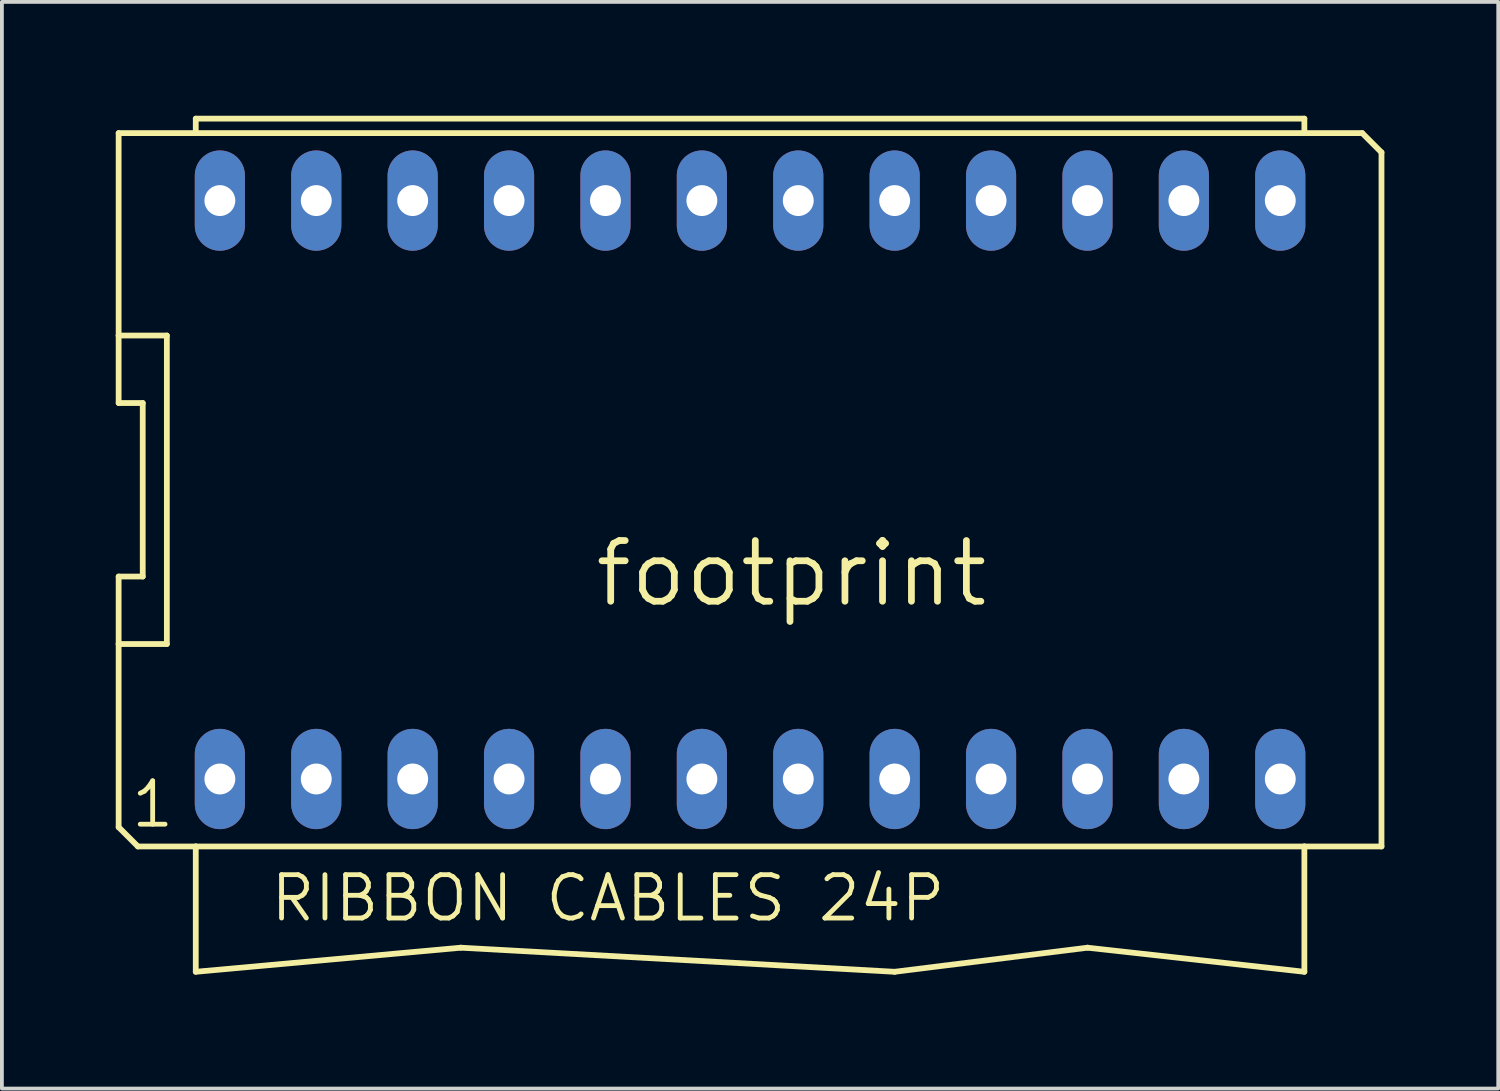
<source format=kicad_pcb>
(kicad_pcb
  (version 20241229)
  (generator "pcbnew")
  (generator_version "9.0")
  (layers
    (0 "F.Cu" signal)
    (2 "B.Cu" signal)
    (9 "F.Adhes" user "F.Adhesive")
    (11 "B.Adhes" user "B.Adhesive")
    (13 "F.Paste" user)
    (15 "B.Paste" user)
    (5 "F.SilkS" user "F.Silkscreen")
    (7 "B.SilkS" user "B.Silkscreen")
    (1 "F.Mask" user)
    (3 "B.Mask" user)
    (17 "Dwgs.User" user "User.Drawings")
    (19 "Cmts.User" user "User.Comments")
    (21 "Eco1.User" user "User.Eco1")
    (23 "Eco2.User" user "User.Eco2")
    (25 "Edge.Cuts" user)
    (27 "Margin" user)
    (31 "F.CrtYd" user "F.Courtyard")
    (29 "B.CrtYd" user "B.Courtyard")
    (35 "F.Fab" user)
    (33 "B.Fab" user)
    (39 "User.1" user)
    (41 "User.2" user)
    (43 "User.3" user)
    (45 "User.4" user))
  (footprint "footprint"
    (layer "F.Cu")
    (at 16.713 9.855)
    (property "Reference" "footprint" (at 6.35 1.27 0) (layer "F.SilkS") (effects (font (size 1.6 1.6) (thickness 0.178)) (justify right top)))
    (fp_line (start -16.637 -9.398) (end -16.637 -4.064) (stroke (width 0.152) (type solid)) (layer "F.SilkS"))
    (fp_line (start -16.637 -4.064) (end -16.637 -2.286) (stroke (width 0.152) (type solid)) (layer "F.SilkS"))
    (fp_line (start -16.637 2.286) (end -16.637 4.064) (stroke (width 0.152) (type solid)) (layer "F.SilkS"))
    (fp_line (start -16.637 2.286) (end -16.002 2.286) (stroke (width 0.152) (type solid)) (layer "F.SilkS"))
    (fp_line (start -16.637 4.064) (end -16.637 8.89) (stroke (width 0.152) (type solid)) (layer "F.SilkS"))
    (fp_line (start -16.637 4.064) (end -15.367 4.064) (stroke (width 0.152) (type solid)) (layer "F.SilkS"))
    (fp_line (start -16.637 8.89) (end -16.129 9.398) (stroke (width 0.152) (type solid)) (layer "F.SilkS"))
    (fp_line (start -16.129 9.398) (end -14.605 9.398) (stroke (width 0.152) (type solid)) (layer "F.SilkS"))
    (fp_line (start -16.002 -2.286) (end -16.637 -2.286) (stroke (width 0.152) (type solid)) (layer "F.SilkS"))
    (fp_line (start -16.002 -2.286) (end -16.002 2.286) (stroke (width 0.152) (type solid)) (layer "F.SilkS"))
    (fp_line (start -15.367 -4.064) (end -16.637 -4.064) (stroke (width 0.152) (type solid)) (layer "F.SilkS"))
    (fp_line (start -15.367 -4.064) (end -15.367 4.064) (stroke (width 0.152) (type solid)) (layer "F.SilkS"))
    (fp_line (start -14.605 -9.779) (end -14.605 -9.398) (stroke (width 0.152) (type solid)) (layer "F.SilkS"))
    (fp_line (start -14.605 -9.398) (end -16.637 -9.398) (stroke (width 0.152) (type solid)) (layer "F.SilkS"))
    (fp_line (start -14.605 9.398) (end 14.605 9.398) (stroke (width 0.152) (type solid)) (layer "F.SilkS"))
    (fp_line (start -14.605 12.7) (end -14.605 9.398) (stroke (width 0.152) (type solid)) (layer "F.SilkS"))
    (fp_line (start -7.62 12.065) (end -14.605 12.7) (stroke (width 0.152) (type solid)) (layer "F.SilkS"))
    (fp_line (start 3.81 12.7) (end -7.62 12.065) (stroke (width 0.152) (type solid)) (layer "F.SilkS"))
    (fp_line (start 8.89 12.065) (end 3.81 12.7) (stroke (width 0.152) (type solid)) (layer "F.SilkS"))
    (fp_line (start 14.605 -9.779) (end -14.605 -9.779) (stroke (width 0.152) (type solid)) (layer "F.SilkS"))
    (fp_line (start 14.605 -9.398) (end -14.605 -9.398) (stroke (width 0.152) (type solid)) (layer "F.SilkS"))
    (fp_line (start 14.605 -9.398) (end 14.605 -9.779) (stroke (width 0.152) (type solid)) (layer "F.SilkS"))
    (fp_line (start 14.605 9.398) (end 14.605 12.7) (stroke (width 0.152) (type solid)) (layer "F.SilkS"))
    (fp_line (start 14.605 9.398) (end 16.637 9.398) (stroke (width 0.152) (type solid)) (layer "F.SilkS"))
    (fp_line (start 14.605 12.7) (end 8.89 12.065) (stroke (width 0.152) (type solid)) (layer "F.SilkS"))
    (fp_line (start 16.129 -9.398) (end 14.605 -9.398) (stroke (width 0.152) (type solid)) (layer "F.SilkS"))
    (fp_line (start 16.129 -9.398) (end 16.637 -8.89) (stroke (width 0.152) (type solid)) (layer "F.SilkS"))
    (fp_line (start 16.637 -8.89) (end 16.637 9.398) (stroke (width 0.152) (type solid)) (layer "F.SilkS"))
    (fp_text user "RIBBON CABLES 24P" (at -12.7 11.43 0) (layer "F.SilkS") (effects (font (size 1.143 1.143) (thickness 0.127)) (justify left bottom)))
    (fp_text user "1" (at -15.113 7.62 0) (layer "F.SilkS") (effects (font (size 1.143 1.143) (thickness 0.127)) (justify right top)))
    (pad "1" thru_hole oval (at -13.97 7.62 90) (size 2.642 1.321) (drill 0.813) (layers "*.Cu" "*.Mask"))
    (pad "2" thru_hole oval (at -11.43 7.62 90) (size 2.642 1.321) (drill 0.813) (layers "*.Cu" "*.Mask"))
    (pad "3" thru_hole oval (at -8.89 7.62 90) (size 2.642 1.321) (drill 0.813) (layers "*.Cu" "*.Mask"))
    (pad "4" thru_hole oval (at -6.35 7.62 90) (size 2.642 1.321) (drill 0.813) (layers "*.Cu" "*.Mask"))
    (pad "5" thru_hole oval (at -3.81 7.62 90) (size 2.642 1.321) (drill 0.813) (layers "*.Cu" "*.Mask"))
    (pad "6" thru_hole oval (at -1.27 7.62 90) (size 2.642 1.321) (drill 0.813) (layers "*.Cu" "*.Mask"))
    (pad "7" thru_hole oval (at 1.27 7.62 90) (size 2.642 1.321) (drill 0.813) (layers "*.Cu" "*.Mask"))
    (pad "8" thru_hole oval (at 3.81 7.62 90) (size 2.642 1.321) (drill 0.813) (layers "*.Cu" "*.Mask"))
    (pad "9" thru_hole oval (at 6.35 7.62 90) (size 2.642 1.321) (drill 0.813) (layers "*.Cu" "*.Mask"))
    (pad "10" thru_hole oval (at 8.89 7.62 90) (size 2.642 1.321) (drill 0.813) (layers "*.Cu" "*.Mask"))
    (pad "11" thru_hole oval (at 11.43 7.62 90) (size 2.642 1.321) (drill 0.813) (layers "*.Cu" "*.Mask"))
    (pad "12" thru_hole oval (at 13.97 7.62 90) (size 2.642 1.321) (drill 0.813) (layers "*.Cu" "*.Mask"))
    (pad "13" thru_hole oval (at 13.97 -7.62 90) (size 2.642 1.321) (drill 0.813) (layers "*.Cu" "*.Mask"))
    (pad "14" thru_hole oval (at 11.43 -7.62 90) (size 2.642 1.321) (drill 0.813) (layers "*.Cu" "*.Mask"))
    (pad "15" thru_hole oval (at 8.89 -7.62 90) (size 2.642 1.321) (drill 0.813) (layers "*.Cu" "*.Mask"))
    (pad "16" thru_hole oval (at 6.35 -7.62 90) (size 2.642 1.321) (drill 0.813) (layers "*.Cu" "*.Mask"))
    (pad "17" thru_hole oval (at 3.81 -7.62 90) (size 2.642 1.321) (drill 0.813) (layers "*.Cu" "*.Mask"))
    (pad "18" thru_hole oval (at 1.27 -7.62 90) (size 2.642 1.321) (drill 0.813) (layers "*.Cu" "*.Mask"))
    (pad "19" thru_hole oval (at -1.27 -7.62 90) (size 2.642 1.321) (drill 0.813) (layers "*.Cu" "*.Mask"))
    (pad "20" thru_hole oval (at -3.81 -7.62 90) (size 2.642 1.321) (drill 0.813) (layers "*.Cu" "*.Mask"))
    (pad "21" thru_hole oval (at -6.35 -7.62 90) (size 2.642 1.321) (drill 0.813) (layers "*.Cu" "*.Mask"))
    (pad "22" thru_hole oval (at -8.89 -7.62 90) (size 2.642 1.321) (drill 0.813) (layers "*.Cu" "*.Mask"))
    (pad "23" thru_hole oval (at -11.43 -7.62 90) (size 2.642 1.321) (drill 0.813) (layers "*.Cu" "*.Mask"))
    (pad "24" thru_hole oval (at -13.97 -7.62 90) (size 2.642 1.321) (drill 0.813) (layers "*.Cu" "*.Mask")))
  (gr_rect
    (start -3 -3)
    (end 36.426 25.631)
    (stroke (width 0.1) (type default))
    (fill no)
    (layer "Edge.Cuts")))
</source>
